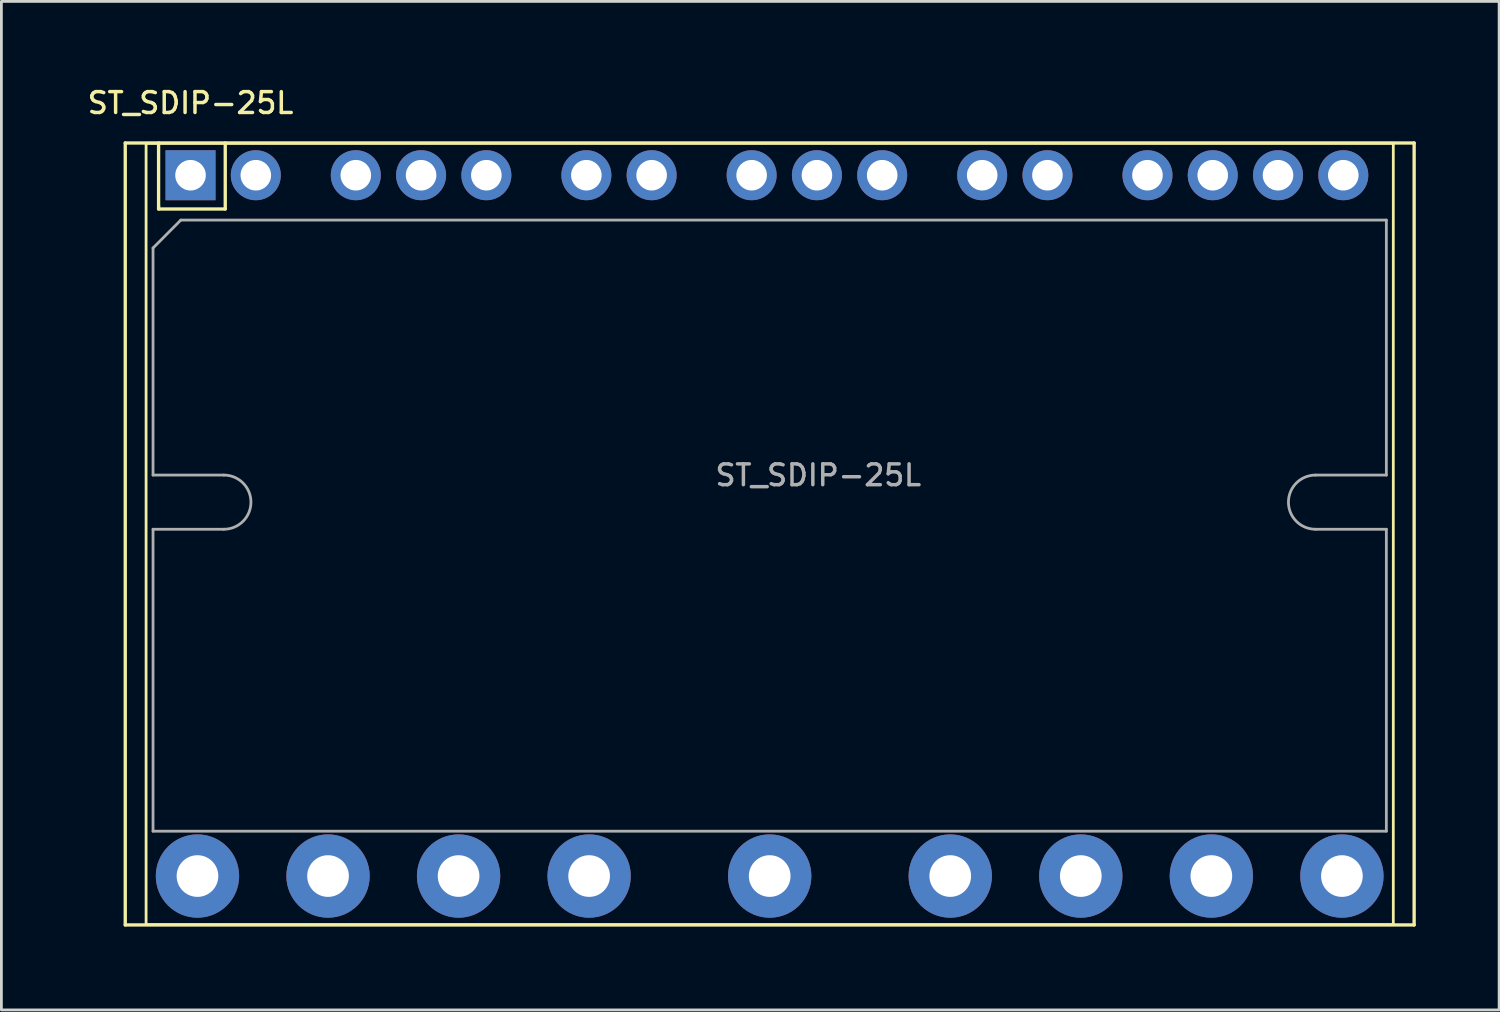
<source format=kicad_pcb>
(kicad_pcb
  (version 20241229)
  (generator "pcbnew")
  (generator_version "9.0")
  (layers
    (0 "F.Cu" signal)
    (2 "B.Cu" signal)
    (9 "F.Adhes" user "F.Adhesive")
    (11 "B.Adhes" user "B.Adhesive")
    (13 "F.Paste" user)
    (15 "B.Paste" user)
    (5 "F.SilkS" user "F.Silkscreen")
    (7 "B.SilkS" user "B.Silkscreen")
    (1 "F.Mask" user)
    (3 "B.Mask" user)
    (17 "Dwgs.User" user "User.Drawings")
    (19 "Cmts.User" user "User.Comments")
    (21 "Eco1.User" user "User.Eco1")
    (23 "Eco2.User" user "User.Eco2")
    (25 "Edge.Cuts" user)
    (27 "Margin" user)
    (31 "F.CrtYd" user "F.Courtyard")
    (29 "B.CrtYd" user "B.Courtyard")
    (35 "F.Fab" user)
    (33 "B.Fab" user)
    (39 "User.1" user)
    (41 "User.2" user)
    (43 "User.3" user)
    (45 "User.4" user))
  (footprint "ST_SDIP-25L"
    (layer "F.Cu")
    (at 3.809 3.258)
    (property "Reference" "ST_SDIP-25L" (at 0 -2.6 0) (layer "F.SilkS") (effects (font (size 0.75 0.75) (thickness 0.125))))
    (attr through_hole)
    (fp_line (start -2.35 -1.16) (end 44.05 -1.16) (stroke (width 0.12) (type solid)) (layer "F.SilkS"))
    (fp_line (start -2.35 26.99) (end -2.35 -1.16) (stroke (width 0.12) (type solid)) (layer "F.SilkS"))
    (fp_line (start -1.6 -1.15) (end 43.3 -1.15) (stroke (width 0.1) (type solid)) (layer "F.SilkS"))
    (fp_line (start -1.6 26.98) (end -1.6 -1.15) (stroke (width 0.1) (type solid)) (layer "F.SilkS"))
    (fp_line (start -1.6 26.98) (end 43.3 26.98) (stroke (width 0.1) (type solid)) (layer "F.SilkS"))
    (fp_line (start -1.15 1.115) (end -1.15 -1.16) (stroke (width 0.12) (type solid)) (layer "F.SilkS"))
    (fp_line (start -1.15 1.215) (end -1.15 1.115) (stroke (width 0.12) (type solid)) (layer "F.SilkS"))
    (fp_line (start 1.25 -1.16) (end 1.25 1.215) (stroke (width 0.12) (type solid)) (layer "F.SilkS"))
    (fp_line (start 1.25 1.215) (end -1.15 1.215) (stroke (width 0.12) (type solid)) (layer "F.SilkS"))
    (fp_line (start 43.3 26.98) (end 43.3 -1.15) (stroke (width 0.1) (type solid)) (layer "F.SilkS"))
    (fp_line (start 44.05 -1.16) (end 44.05 26.99) (stroke (width 0.12) (type solid)) (layer "F.SilkS"))
    (fp_line (start 44.05 26.99) (end -2.35 26.99) (stroke (width 0.12) (type solid)) (layer "F.SilkS"))
    (fp_line (start -1.35 2.62) (end -1.35 10.795) (stroke (width 0.1) (type solid)) (layer "F.Fab"))
    (fp_line (start -1.35 12.745) (end -1.35 23.615) (stroke (width 0.1) (type solid)) (layer "F.Fab"))
    (fp_line (start -1.35 23.615) (end 43.05 23.615) (stroke (width 0.1) (type solid)) (layer "F.Fab"))
    (fp_line (start -0.35 1.615) (end -1.35 2.62) (stroke (width 0.1) (type solid)) (layer "F.Fab"))
    (fp_line (start 1.2 10.795) (end -1.35 10.795) (stroke (width 0.1) (type solid)) (layer "F.Fab"))
    (fp_line (start 1.2 12.745) (end -1.35 12.745) (stroke (width 0.1) (type solid)) (layer "F.Fab"))
    (fp_line (start 40.5 10.795) (end 43.05 10.795) (stroke (width 0.1) (type solid)) (layer "F.Fab"))
    (fp_line (start 40.5 12.745) (end 43.05 12.745) (stroke (width 0.1) (type solid)) (layer "F.Fab"))
    (fp_line (start 43.05 1.615) (end -0.35 1.615) (stroke (width 0.1) (type solid)) (layer "F.Fab"))
    (fp_line (start 43.05 1.615) (end 43.05 10.795) (stroke (width 0.1) (type solid)) (layer "F.Fab"))
    (fp_line (start 43.05 12.745) (end 43.05 23.615) (stroke (width 0.1) (type solid)) (layer "F.Fab"))
    (fp_arc (start 1.2 10.795) (mid 2.175 11.77) (end 1.2 12.745) (stroke (width 0.1) (type solid)) (layer "F.Fab"))
    (fp_arc (start 40.5 12.745) (mid 39.525 11.77) (end 40.5 10.795) (stroke (width 0.1) (type solid)) (layer "F.Fab"))
    (fp_text user "${REFERENCE}" (at 22.6 10.8 0) (layer "F.Fab") (effects (font (size 0.75 0.75) (thickness 0.125))))
    (pad "1" thru_hole rect (at 0 0) (size 1.8 1.8) (drill 1.1) (layers "*.Cu" "*.Mask"))
    (pad "2" thru_hole circle (at 2.35 0) (size 1.8 1.8) (drill 1.1) (layers "*.Cu" "*.Mask"))
    (pad "3" thru_hole circle (at 5.95 0) (size 1.8 1.8) (drill 1.1) (layers "*.Cu" "*.Mask"))
    (pad "4" thru_hole circle (at 8.3 0) (size 1.8 1.8) (drill 1.1) (layers "*.Cu" "*.Mask"))
    (pad "5" thru_hole circle (at 10.65 0) (size 1.8 1.8) (drill 1.1) (layers "*.Cu" "*.Mask"))
    (pad "6" thru_hole circle (at 14.25 0) (size 1.8 1.8) (drill 1.1) (layers "*.Cu" "*.Mask"))
    (pad "7" thru_hole circle (at 16.6 0) (size 1.8 1.8) (drill 1.1) (layers "*.Cu" "*.Mask"))
    (pad "8" thru_hole circle (at 20.2 0) (size 1.8 1.8) (drill 1.1) (layers "*.Cu" "*.Mask"))
    (pad "9" thru_hole circle (at 22.55 0) (size 1.8 1.8) (drill 1.1) (layers "*.Cu" "*.Mask"))
    (pad "10" thru_hole circle (at 24.9 0) (size 1.8 1.8) (drill 1.1) (layers "*.Cu" "*.Mask"))
    (pad "11" thru_hole circle (at 28.5 0) (size 1.8 1.8) (drill 1.1) (layers "*.Cu" "*.Mask"))
    (pad "12" thru_hole circle (at 30.85 0) (size 1.8 1.8) (drill 1.1) (layers "*.Cu" "*.Mask"))
    (pad "13" thru_hole circle (at 34.45 0) (size 1.8 1.8) (drill 1.1) (layers "*.Cu" "*.Mask"))
    (pad "14" thru_hole circle (at 36.8 0) (size 1.8 1.8) (drill 1.1) (layers "*.Cu" "*.Mask"))
    (pad "15" thru_hole circle (at 39.15 0) (size 1.8 1.8) (drill 1.1) (layers "*.Cu" "*.Mask"))
    (pad "16" thru_hole circle (at 41.5 0) (size 1.8 1.8) (drill 1.1) (layers "*.Cu" "*.Mask"))
    (pad "17" thru_hole circle (at 41.45 25.23) (size 3 3) (drill 1.5) (layers "*.Cu" "*.Mask"))
    (pad "18" thru_hole circle (at 36.75 25.23) (size 3 3) (drill 1.5) (layers "*.Cu" "*.Mask"))
    (pad "19" thru_hole circle (at 32.05 25.23) (size 3 3) (drill 1.5) (layers "*.Cu" "*.Mask"))
    (pad "20" thru_hole circle (at 27.35 25.23) (size 3 3) (drill 1.5) (layers "*.Cu" "*.Mask"))
    (pad "21" thru_hole circle (at 20.85 25.23) (size 3 3) (drill 1.5) (layers "*.Cu" "*.Mask"))
    (pad "22" thru_hole circle (at 14.35 25.23) (size 3 3) (drill 1.5) (layers "*.Cu" "*.Mask"))
    (pad "23" thru_hole circle (at 9.65 25.23) (size 3 3) (drill 1.5) (layers "*.Cu" "*.Mask"))
    (pad "24" thru_hole circle (at 4.95 25.23) (size 3 3) (drill 1.5) (layers "*.Cu" "*.Mask"))
    (pad "25" thru_hole circle (at 0.25 25.23) (size 3 3) (drill 1.5) (layers "*.Cu" "*.Mask"))
    (zone (net_name "") (layers "F.Cu" "B.Cu") (name "MH") (hatch full 0.508) (connect_pads) (min_thickness 0.254) (filled_areas_thickness no) (keepout (tracks not_allowed) (vias not_allowed) (pads not_allowed) (copperpour not_allowed) (footprints not_allowed)) (placement (enabled no)) (fill) (polygon (pts (xy 8.264 15.028) (xy 8.245 14.677) (xy 8.188 14.329) (xy 8.094 13.99) (xy 7.964 13.663) (xy 7.799 13.352) (xy 7.601 13.06) (xy 7.374 12.792) (xy 7.118 12.549) (xy 6.838 12.336) (xy 6.537 12.154) (xy 6.218 12.006) (xy 5.884 11.893) (xy 5.541 11.817) (xy 5.191 11.778) (xy 4.839 11.778) (xy 4.489 11.815) (xy 4.145 11.89) (xy 3.811 12.002) (xy 3.491 12.149) (xy 3.189 12.33) (xy 2.908 12.542) (xy 2.652 12.784) (xy 2.423 13.051) (xy 2.225 13.342) (xy 2.059 13.653) (xy 1.928 13.979) (xy 1.833 14.318) (xy 1.774 14.665) (xy 1.754 15.017) (xy 1.772 15.368) (xy 1.828 15.716) (xy 1.921 16.055) (xy 2.05 16.383) (xy 2.213 16.695) (xy 2.41 16.987) (xy 2.636 17.256) (xy 2.891 17.499) (xy 3.17 17.714) (xy 3.471 17.897) (xy 3.79 18.046) (xy 4.123 18.16) (xy 4.466 18.237) (xy 4.816 18.277) (xy 5.168 18.279) (xy 5.518 18.243) (xy 5.862 18.169) (xy 6.197 18.058) (xy 6.517 17.913) (xy 6.82 17.733) (xy 7.101 17.521) (xy 7.358 17.281) (xy 7.588 17.014) (xy 7.787 16.724) (xy 7.954 16.414) (xy 8.086 16.088) (xy 8.183 15.749) (xy 8.242 15.402) (xy 8.264 15.051))))
    (zone (net_name "") (layers "F.Cu" "B.Cu") (name "MH") (hatch full 0.508) (connect_pads) (min_thickness 0.254) (filled_areas_thickness no) (keepout (tracks not_allowed) (vias not_allowed) (pads not_allowed) (copperpour not_allowed) (footprints not_allowed)) (placement (enabled no)) (fill) (polygon (pts (xy 47.564 15.028) (xy 47.545 14.677) (xy 47.488 14.329) (xy 47.394 13.99) (xy 47.264 13.663) (xy 47.099 13.352) (xy 46.901 13.06) (xy 46.674 12.792) (xy 46.418 12.549) (xy 46.138 12.336) (xy 45.837 12.154) (xy 45.518 12.006) (xy 45.184 11.893) (xy 44.841 11.817) (xy 44.491 11.778) (xy 44.139 11.778) (xy 43.789 11.815) (xy 43.445 11.89) (xy 43.111 12.002) (xy 42.791 12.149) (xy 42.489 12.33) (xy 42.208 12.542) (xy 41.952 12.784) (xy 41.723 13.051) (xy 41.525 13.342) (xy 41.359 13.653) (xy 41.228 13.979) (xy 41.133 14.318) (xy 41.074 14.665) (xy 41.054 15.017) (xy 41.072 15.368) (xy 41.128 15.716) (xy 41.221 16.055) (xy 41.35 16.383) (xy 41.513 16.695) (xy 41.71 16.987) (xy 41.936 17.256) (xy 42.191 17.499) (xy 42.47 17.714) (xy 42.771 17.897) (xy 43.09 18.046) (xy 43.423 18.16) (xy 43.766 18.237) (xy 44.116 18.277) (xy 44.468 18.279) (xy 44.818 18.243) (xy 45.162 18.169) (xy 45.497 18.058) (xy 45.817 17.913) (xy 46.12 17.733) (xy 46.401 17.521) (xy 46.658 17.281) (xy 46.888 17.014) (xy 47.087 16.724) (xy 47.254 16.414) (xy 47.386 16.088) (xy 47.483 15.749) (xy 47.542 15.402) (xy 47.564 15.051)))))
  (gr_rect
    (start -3 -3)
    (end 50.919 33.308)
    (stroke (width 0.1) (type default))
    (fill no)
    (layer "Edge.Cuts")))
</source>
